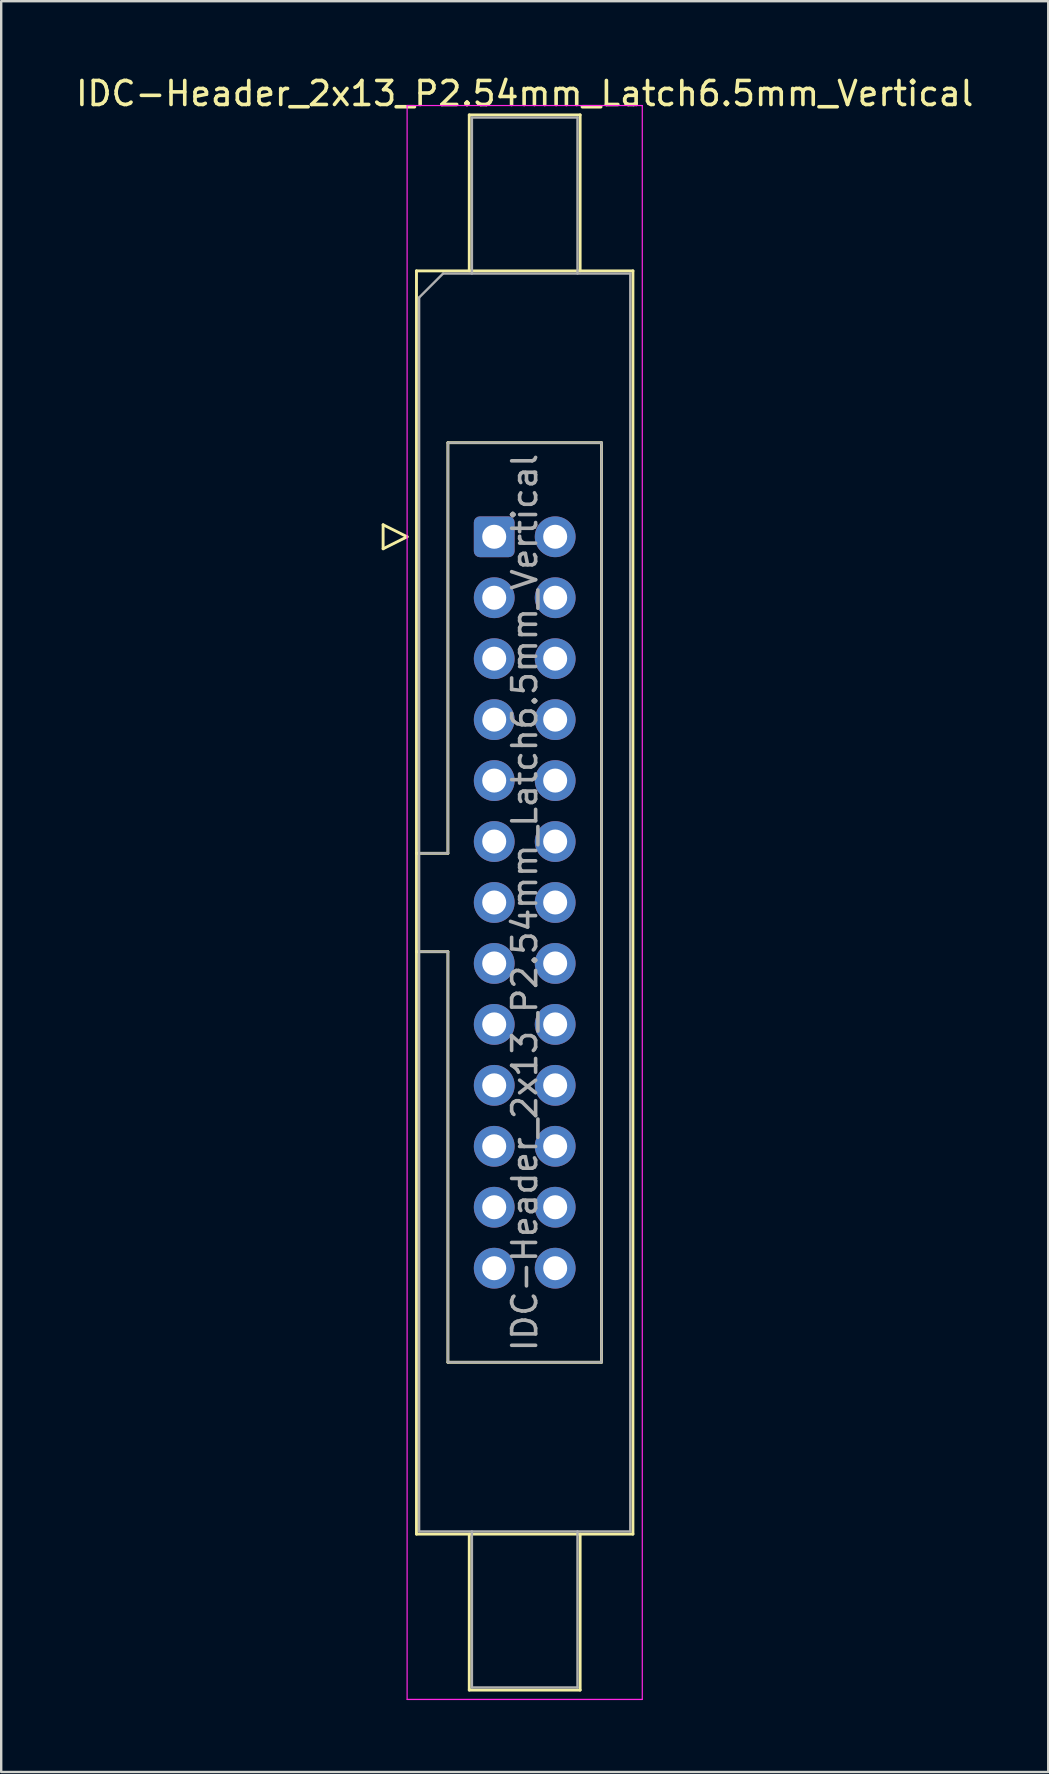
<source format=kicad_pcb>
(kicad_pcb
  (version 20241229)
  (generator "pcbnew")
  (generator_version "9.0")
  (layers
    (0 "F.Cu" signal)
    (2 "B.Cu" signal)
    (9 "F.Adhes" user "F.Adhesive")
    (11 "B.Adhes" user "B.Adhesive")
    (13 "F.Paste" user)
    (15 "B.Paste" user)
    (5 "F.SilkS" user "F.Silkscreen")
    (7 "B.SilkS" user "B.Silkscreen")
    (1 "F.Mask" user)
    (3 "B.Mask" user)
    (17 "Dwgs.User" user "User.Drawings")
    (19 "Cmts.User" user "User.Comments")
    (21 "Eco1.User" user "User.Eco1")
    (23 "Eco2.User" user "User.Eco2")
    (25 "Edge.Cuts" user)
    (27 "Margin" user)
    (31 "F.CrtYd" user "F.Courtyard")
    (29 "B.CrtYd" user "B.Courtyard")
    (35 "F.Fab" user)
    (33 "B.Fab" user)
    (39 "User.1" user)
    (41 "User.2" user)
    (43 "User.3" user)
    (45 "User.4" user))
  (footprint "IDC-Header_2x13_P2.54mm_Latch6.5mm_Vertical"
    (layer "F.Cu")
    (at 17.545 19.318)
    (property "Reference" "IDC-Header_2x13_P2.54mm_Latch6.5mm_Vertical" (at 1.27 -18.47 0) (layer "F.SilkS") (effects (font (size 1 1) (thickness 0.15))))
    (attr through_hole)
    (fp_line (start -4.63 -0.5) (end -4.63 0.5) (stroke (width 0.12) (type solid)) (layer "F.SilkS"))
    (fp_line (start -4.63 0.5) (end -3.63 0) (stroke (width 0.12) (type solid)) (layer "F.SilkS"))
    (fp_line (start -3.63 0) (end -4.63 -0.5) (stroke (width 0.12) (type solid)) (layer "F.SilkS"))
    (fp_line (start -3.24 -11.08) (end 5.78 -11.08) (stroke (width 0.12) (type solid)) (layer "F.SilkS"))
    (fp_line (start -3.24 13.19) (end -1.93 13.19) (stroke (width 0.12) (type solid)) (layer "F.SilkS"))
    (fp_line (start -3.24 41.56) (end -3.24 -11.08) (stroke (width 0.12) (type solid)) (layer "F.SilkS"))
    (fp_line (start -1.93 -3.92) (end 4.47 -3.92) (stroke (width 0.12) (type solid)) (layer "F.SilkS"))
    (fp_line (start -1.93 13.19) (end -1.93 -3.92) (stroke (width 0.12) (type solid)) (layer "F.SilkS"))
    (fp_line (start -1.93 17.29) (end -3.24 17.29) (stroke (width 0.12) (type solid)) (layer "F.SilkS"))
    (fp_line (start -1.93 34.4) (end -1.93 17.29) (stroke (width 0.12) (type solid)) (layer "F.SilkS"))
    (fp_line (start -1.04 -17.58) (end 3.58 -17.58) (stroke (width 0.12) (type solid)) (layer "F.SilkS"))
    (fp_line (start -1.04 -11.08) (end -1.04 -17.58) (stroke (width 0.12) (type solid)) (layer "F.SilkS"))
    (fp_line (start -1.04 41.56) (end -1.04 48.06) (stroke (width 0.12) (type solid)) (layer "F.SilkS"))
    (fp_line (start -1.04 48.06) (end 3.58 48.06) (stroke (width 0.12) (type solid)) (layer "F.SilkS"))
    (fp_line (start 3.58 -17.58) (end 3.58 -11.08) (stroke (width 0.12) (type solid)) (layer "F.SilkS"))
    (fp_line (start 3.58 48.06) (end 3.58 41.56) (stroke (width 0.12) (type solid)) (layer "F.SilkS"))
    (fp_line (start 4.47 -3.92) (end 4.47 34.4) (stroke (width 0.12) (type solid)) (layer "F.SilkS"))
    (fp_line (start 4.47 34.4) (end -1.93 34.4) (stroke (width 0.12) (type solid)) (layer "F.SilkS"))
    (fp_line (start 5.78 -11.08) (end 5.78 41.56) (stroke (width 0.12) (type solid)) (layer "F.SilkS"))
    (fp_line (start 5.78 41.56) (end -3.24 41.56) (stroke (width 0.12) (type solid)) (layer "F.SilkS"))
    (fp_line (start -3.63 -17.97) (end -3.63 48.45) (stroke (width 0.05) (type solid)) (layer "F.CrtYd"))
    (fp_line (start -3.63 48.45) (end 6.17 48.45) (stroke (width 0.05) (type solid)) (layer "F.CrtYd"))
    (fp_line (start 6.17 -17.97) (end -3.63 -17.97) (stroke (width 0.05) (type solid)) (layer "F.CrtYd"))
    (fp_line (start 6.17 48.45) (end 6.17 -17.97) (stroke (width 0.05) (type solid)) (layer "F.CrtYd"))
    (fp_line (start -3.13 -9.97) (end -2.13 -10.97) (stroke (width 0.1) (type solid)) (layer "F.Fab"))
    (fp_line (start -3.13 13.19) (end -1.93 13.19) (stroke (width 0.1) (type solid)) (layer "F.Fab"))
    (fp_line (start -3.13 41.45) (end -3.13 -9.97) (stroke (width 0.1) (type solid)) (layer "F.Fab"))
    (fp_line (start -2.13 -10.97) (end 5.67 -10.97) (stroke (width 0.1) (type solid)) (layer "F.Fab"))
    (fp_line (start -1.93 -3.92) (end 4.47 -3.92) (stroke (width 0.1) (type solid)) (layer "F.Fab"))
    (fp_line (start -1.93 13.19) (end -1.93 -3.92) (stroke (width 0.1) (type solid)) (layer "F.Fab"))
    (fp_line (start -1.93 17.29) (end -3.13 17.29) (stroke (width 0.1) (type solid)) (layer "F.Fab"))
    (fp_line (start -1.93 34.4) (end -1.93 17.29) (stroke (width 0.1) (type solid)) (layer "F.Fab"))
    (fp_line (start -0.93 -17.47) (end 3.47 -17.47) (stroke (width 0.1) (type solid)) (layer "F.Fab"))
    (fp_line (start -0.93 -10.97) (end -0.93 -17.47) (stroke (width 0.1) (type solid)) (layer "F.Fab"))
    (fp_line (start -0.93 41.45) (end -0.93 47.95) (stroke (width 0.1) (type solid)) (layer "F.Fab"))
    (fp_line (start -0.93 47.95) (end 3.47 47.95) (stroke (width 0.1) (type solid)) (layer "F.Fab"))
    (fp_line (start 3.47 -17.47) (end 3.47 -10.97) (stroke (width 0.1) (type solid)) (layer "F.Fab"))
    (fp_line (start 3.47 47.95) (end 3.47 41.45) (stroke (width 0.1) (type solid)) (layer "F.Fab"))
    (fp_line (start 4.47 -3.92) (end 4.47 34.4) (stroke (width 0.1) (type solid)) (layer "F.Fab"))
    (fp_line (start 4.47 34.4) (end -1.93 34.4) (stroke (width 0.1) (type solid)) (layer "F.Fab"))
    (fp_line (start 5.67 -10.97) (end 5.67 41.45) (stroke (width 0.1) (type solid)) (layer "F.Fab"))
    (fp_line (start 5.67 41.45) (end -3.13 41.45) (stroke (width 0.1) (type solid)) (layer "F.Fab"))
    (fp_text user "${REFERENCE}" (at 1.27 15.24 90) (layer "F.Fab") (effects (font (size 1 1) (thickness 0.15))))
    (pad "1" thru_hole roundrect (at 0 0) (size 1.7 1.7) (drill 1) (layers "*.Cu" "*.Mask") (roundrect_rratio 0.147))
    (pad "2" thru_hole circle (at 2.54 0) (size 1.7 1.7) (drill 1) (layers "*.Cu" "*.Mask"))
    (pad "3" thru_hole circle (at 0 2.54) (size 1.7 1.7) (drill 1) (layers "*.Cu" "*.Mask"))
    (pad "4" thru_hole circle (at 2.54 2.54) (size 1.7 1.7) (drill 1) (layers "*.Cu" "*.Mask"))
    (pad "5" thru_hole circle (at 0 5.08) (size 1.7 1.7) (drill 1) (layers "*.Cu" "*.Mask"))
    (pad "6" thru_hole circle (at 2.54 5.08) (size 1.7 1.7) (drill 1) (layers "*.Cu" "*.Mask"))
    (pad "7" thru_hole circle (at 0 7.62) (size 1.7 1.7) (drill 1) (layers "*.Cu" "*.Mask"))
    (pad "8" thru_hole circle (at 2.54 7.62) (size 1.7 1.7) (drill 1) (layers "*.Cu" "*.Mask"))
    (pad "9" thru_hole circle (at 0 10.16) (size 1.7 1.7) (drill 1) (layers "*.Cu" "*.Mask"))
    (pad "10" thru_hole circle (at 2.54 10.16) (size 1.7 1.7) (drill 1) (layers "*.Cu" "*.Mask"))
    (pad "11" thru_hole circle (at 0 12.7) (size 1.7 1.7) (drill 1) (layers "*.Cu" "*.Mask"))
    (pad "12" thru_hole circle (at 2.54 12.7) (size 1.7 1.7) (drill 1) (layers "*.Cu" "*.Mask"))
    (pad "13" thru_hole circle (at 0 15.24) (size 1.7 1.7) (drill 1) (layers "*.Cu" "*.Mask"))
    (pad "14" thru_hole circle (at 2.54 15.24) (size 1.7 1.7) (drill 1) (layers "*.Cu" "*.Mask"))
    (pad "15" thru_hole circle (at 0 17.78) (size 1.7 1.7) (drill 1) (layers "*.Cu" "*.Mask"))
    (pad "16" thru_hole circle (at 2.54 17.78) (size 1.7 1.7) (drill 1) (layers "*.Cu" "*.Mask"))
    (pad "17" thru_hole circle (at 0 20.32) (size 1.7 1.7) (drill 1) (layers "*.Cu" "*.Mask"))
    (pad "18" thru_hole circle (at 2.54 20.32) (size 1.7 1.7) (drill 1) (layers "*.Cu" "*.Mask"))
    (pad "19" thru_hole circle (at 0 22.86) (size 1.7 1.7) (drill 1) (layers "*.Cu" "*.Mask"))
    (pad "20" thru_hole circle (at 2.54 22.86) (size 1.7 1.7) (drill 1) (layers "*.Cu" "*.Mask"))
    (pad "21" thru_hole circle (at 0 25.4) (size 1.7 1.7) (drill 1) (layers "*.Cu" "*.Mask"))
    (pad "22" thru_hole circle (at 2.54 25.4) (size 1.7 1.7) (drill 1) (layers "*.Cu" "*.Mask"))
    (pad "23" thru_hole circle (at 0 27.94) (size 1.7 1.7) (drill 1) (layers "*.Cu" "*.Mask"))
    (pad "24" thru_hole circle (at 2.54 27.94) (size 1.7 1.7) (drill 1) (layers "*.Cu" "*.Mask"))
    (pad "25" thru_hole circle (at 0 30.48) (size 1.7 1.7) (drill 1) (layers "*.Cu" "*.Mask"))
    (pad "26" thru_hole circle (at 2.54 30.48) (size 1.7 1.7) (drill 1) (layers "*.Cu" "*.Mask")))
  (gr_rect
    (start -3 -3)
    (end 40.631 70.793)
    (stroke (width 0.1) (type default))
    (fill no)
    (layer "Edge.Cuts")))
</source>
